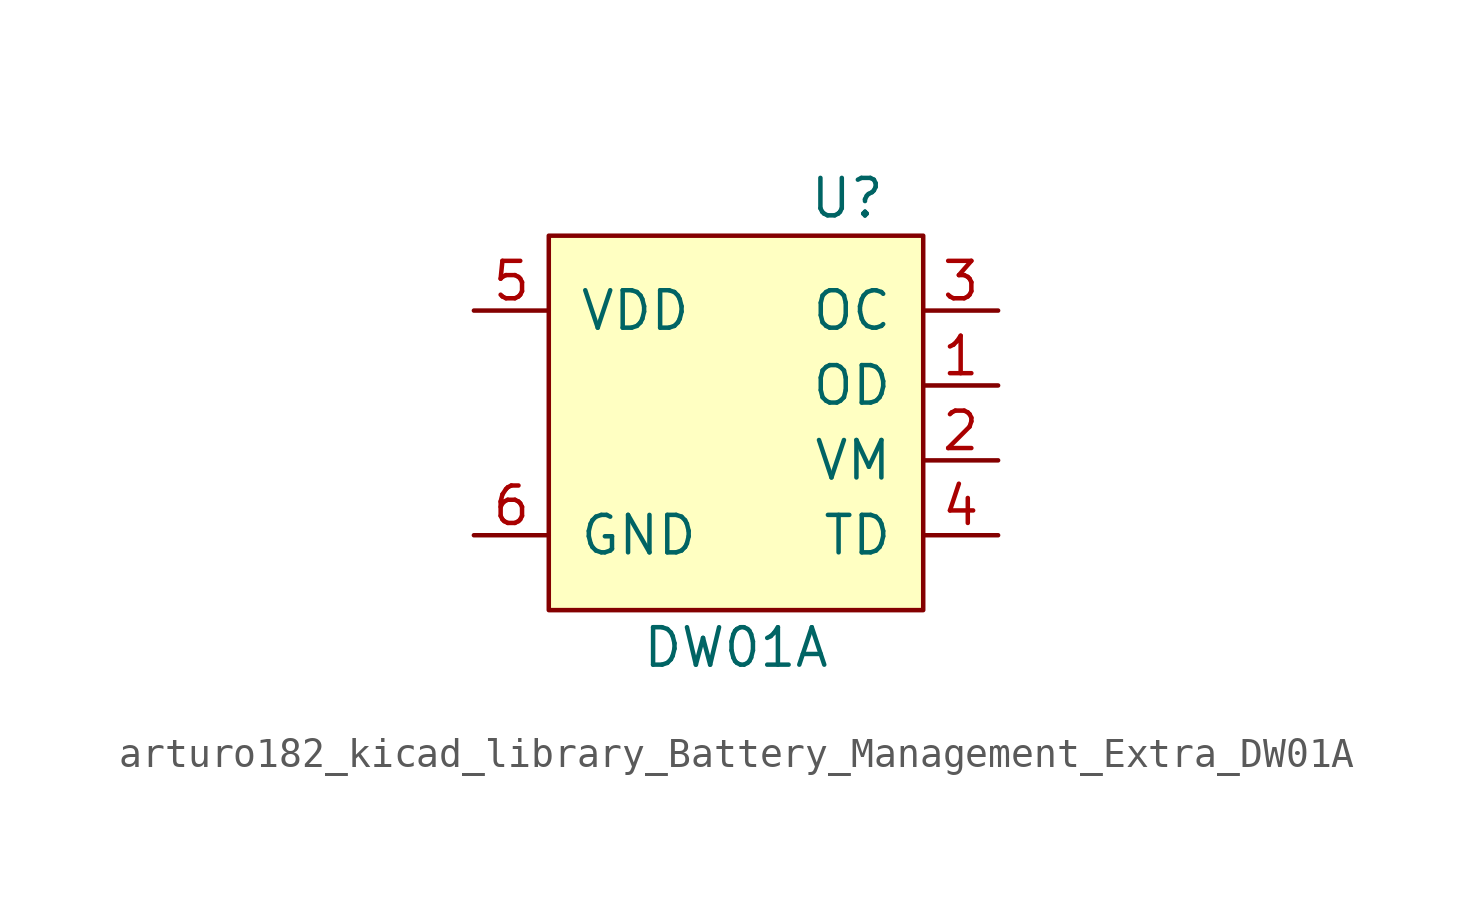
<source format=kicad_sym>
(kicad_symbol_lib
  (version 20220914)
  (generator kicad_symbol_editor)
  (symbol "arturo182_kicad_library_Battery_Management_Extra_DW01A"
    (pin_names
      (offset 1.016))
    (property "Reference" "U"
      (at 5.08 7.62 0)
      (effects (font (size 1.27 1.27)) (justify right)))
    (property "Value" "DW01A"
      (at 0 -7.62 0)
      (effects (font (size 1.27 1.27))))
    (symbol "arturo182_kicad_library_Battery_Management_Extra_DW01A_0_1"
      (rectangle (start -6.35 6.35) (end 6.35 -6.35) (stroke (width 0) (type default) (color 0 0 0 0)) (fill (type background))))
    (symbol "arturo182_kicad_library_Battery_Management_Extra_DW01A_1_1"
      (pin output line (at 8.89 1.27 180) (length 2.54) (name "OD" (effects (font (size 1.27 1.27)))) (number "1" (effects (font (size 1.27 1.27)))))
      (pin input line (at 8.89 -1.27 180) (length 2.54) (name "VM" (effects (font (size 1.27 1.27)))) (number "2" (effects (font (size 1.27 1.27)))))
      (pin output line (at 8.89 3.81 180) (length 2.54) (name "OC" (effects (font (size 1.27 1.27)))) (number "3" (effects (font (size 1.27 1.27)))))
      (pin input line (at 8.89 -3.81 180) (length 2.54) (name "TD" (effects (font (size 1.27 1.27)))) (number "4" (effects (font (size 1.27 1.27)))))
      (pin input line (at -8.89 3.81 0) (length 2.54) (name "VDD" (effects (font (size 1.27 1.27)))) (number "5" (effects (font (size 1.27 1.27)))))
      (pin power_in line (at -8.89 -3.81 0) (length 2.54) (name "GND" (effects (font (size 1.27 1.27)))) (number "6" (effects (font (size 1.27 1.27))))))))
</source>
